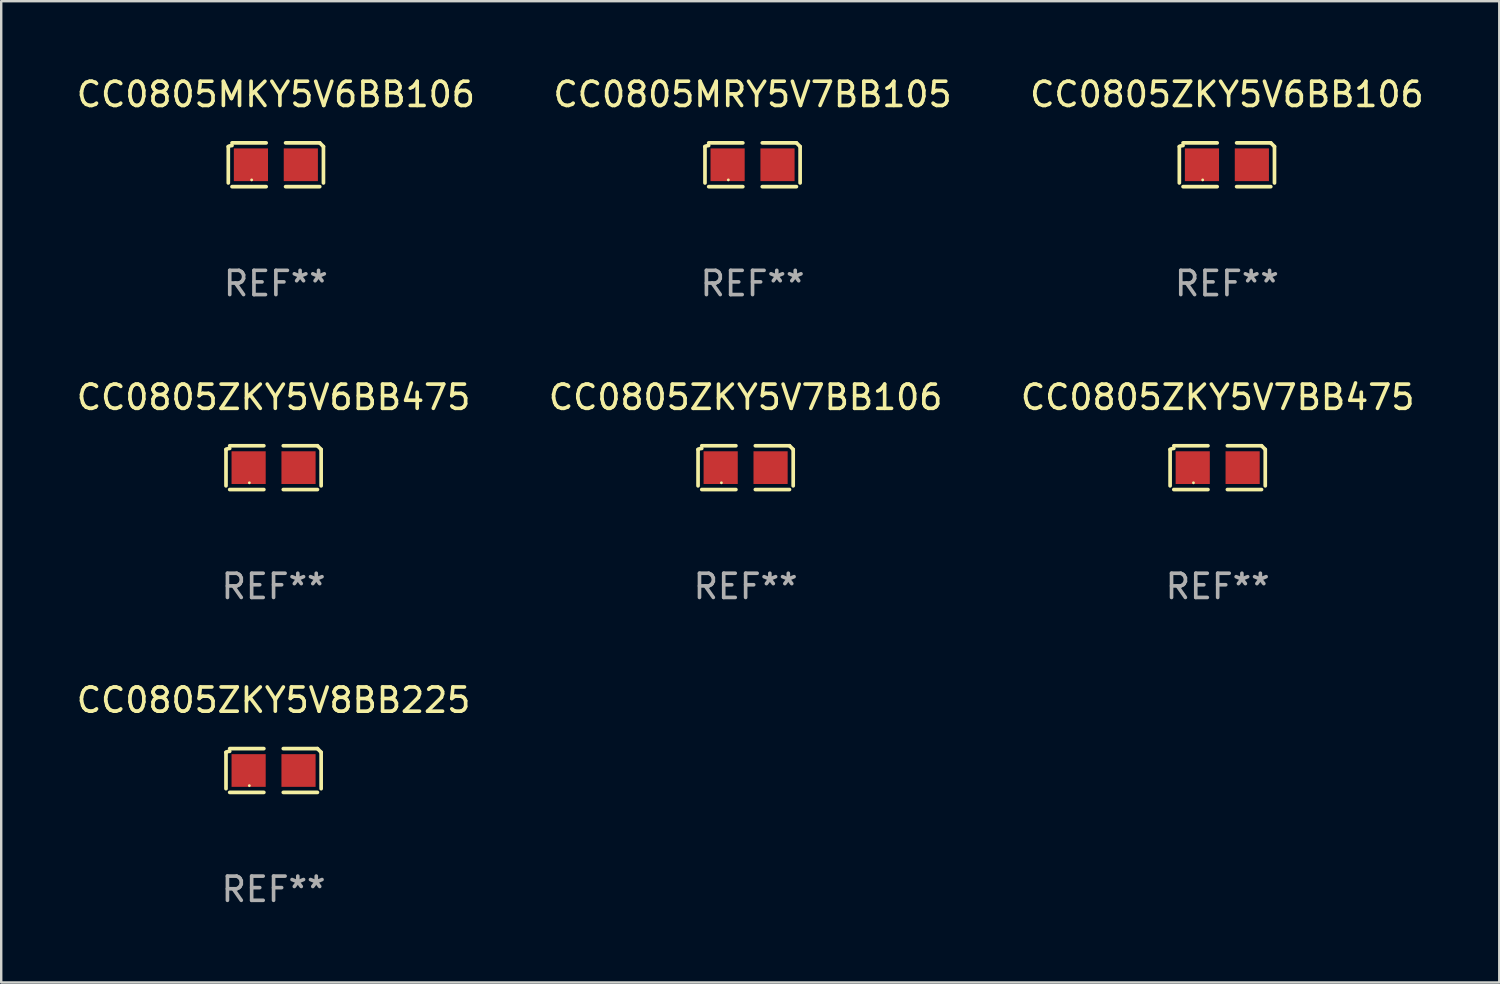
<source format=kicad_pcb>
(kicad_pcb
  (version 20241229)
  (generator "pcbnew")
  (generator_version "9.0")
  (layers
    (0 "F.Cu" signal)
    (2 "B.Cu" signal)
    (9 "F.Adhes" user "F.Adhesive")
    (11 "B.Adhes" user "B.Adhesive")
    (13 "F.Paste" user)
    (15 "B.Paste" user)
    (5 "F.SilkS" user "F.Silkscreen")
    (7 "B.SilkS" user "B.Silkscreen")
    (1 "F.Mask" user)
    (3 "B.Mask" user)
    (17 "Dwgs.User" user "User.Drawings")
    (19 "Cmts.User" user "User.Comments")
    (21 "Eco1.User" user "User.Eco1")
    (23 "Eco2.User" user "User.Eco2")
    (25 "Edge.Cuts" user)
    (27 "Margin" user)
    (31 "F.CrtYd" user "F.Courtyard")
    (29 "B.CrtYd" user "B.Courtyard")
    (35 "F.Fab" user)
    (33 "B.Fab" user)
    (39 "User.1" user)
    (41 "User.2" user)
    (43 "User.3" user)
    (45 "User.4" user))
  (footprint "CC0805ZKY5V7BB475"
    (layer "F.Cu")
    (at 47.22 16.256)
    (property "Reference" "CC0805ZKY5V7BB475" (at 0 -2.904 0) (layer "F.SilkS") (effects (font (size 1 1) (thickness 0.15))))
    (attr through_hole)
    (fp_line (start -1.964 0.751) (end -1.964 -0.751) (stroke (width 0.152) (type solid)) (layer "F.SilkS"))
    (fp_line (start -1.811 -0.904) (end -0.401 -0.904) (stroke (width 0.152) (type solid)) (layer "F.SilkS"))
    (fp_line (start -0.401 0.904) (end -1.811 0.904) (stroke (width 0.152) (type solid)) (layer "F.SilkS"))
    (fp_line (start 0.401 0.904) (end 1.811 0.904) (stroke (width 0.152) (type solid)) (layer "F.SilkS"))
    (fp_line (start 1.811 -0.904) (end 0.401 -0.904) (stroke (width 0.152) (type solid)) (layer "F.SilkS"))
    (fp_line (start 1.964 0.751) (end 1.964 -0.751) (stroke (width 0.152) (type solid)) (layer "F.SilkS"))
    (fp_arc (start -1.963602 -0.751207) (mid -1.890354 -0.783131) (end -1.811201 -0.794044) (stroke (width 0.1524) (type solid)) (layer "F.SilkS"))
    (fp_arc (start 1.811202 -0.903607) (mid 1.887413 -0.827418) (end 1.963602 -0.751207) (stroke (width 0.1524) (type solid)) (layer "F.SilkS"))
    (fp_circle (center -1 0.625) (end -0.97 0.625) (stroke (width 0.06) (type solid)) (fill no) (layer "F.SilkS"))
    (fp_text user "REF**" (at 0 4.904 0) (layer "F.Fab") (effects (font (size 1 1) (thickness 0.15))))
    (pad "1" smd rect (at -1.03 0) (size 1.41 1.35) (layers "F.Cu" "F.Mask" "F.Paste"))
    (pad "2" smd rect (at 1.03 0) (size 1.41 1.35) (layers "F.Cu" "F.Mask" "F.Paste")))
  (footprint "CC0805ZKY5V6BB475"
    (layer "F.Cu")
    (at 8.244 16.256)
    (property "Reference" "CC0805ZKY5V6BB475" (at 0 -2.904 0) (layer "F.SilkS") (effects (font (size 1 1) (thickness 0.15))))
    (attr through_hole)
    (fp_line (start -1.964 0.751) (end -1.964 -0.751) (stroke (width 0.152) (type solid)) (layer "F.SilkS"))
    (fp_line (start -1.811 -0.904) (end -0.401 -0.904) (stroke (width 0.152) (type solid)) (layer "F.SilkS"))
    (fp_line (start -0.401 0.904) (end -1.811 0.904) (stroke (width 0.152) (type solid)) (layer "F.SilkS"))
    (fp_line (start 0.401 0.904) (end 1.811 0.904) (stroke (width 0.152) (type solid)) (layer "F.SilkS"))
    (fp_line (start 1.811 -0.904) (end 0.401 -0.904) (stroke (width 0.152) (type solid)) (layer "F.SilkS"))
    (fp_line (start 1.964 0.751) (end 1.964 -0.751) (stroke (width 0.152) (type solid)) (layer "F.SilkS"))
    (fp_arc (start -1.963602 -0.751207) (mid -1.890354 -0.783131) (end -1.811201 -0.794044) (stroke (width 0.1524) (type solid)) (layer "F.SilkS"))
    (fp_arc (start 1.811202 -0.903607) (mid 1.887413 -0.827418) (end 1.963602 -0.751207) (stroke (width 0.1524) (type solid)) (layer "F.SilkS"))
    (fp_circle (center -1 0.625) (end -0.97 0.625) (stroke (width 0.06) (type solid)) (fill no) (layer "F.SilkS"))
    (fp_text user "REF**" (at 0 4.904 0) (layer "F.Fab") (effects (font (size 1 1) (thickness 0.15))))
    (pad "1" smd rect (at -1.03 0) (size 1.41 1.35) (layers "F.Cu" "F.Mask" "F.Paste"))
    (pad "2" smd rect (at 1.03 0) (size 1.41 1.35) (layers "F.Cu" "F.Mask" "F.Paste")))
  (footprint "CC0805MKY5V6BB106"
    (layer "F.Cu")
    (at 8.339 3.752)
    (property "Reference" "CC0805MKY5V6BB106" (at 0 -2.904 0) (layer "F.SilkS") (effects (font (size 1 1) (thickness 0.15))))
    (attr through_hole)
    (fp_line (start -1.964 0.751) (end -1.964 -0.751) (stroke (width 0.152) (type solid)) (layer "F.SilkS"))
    (fp_line (start -1.811 -0.904) (end -0.401 -0.904) (stroke (width 0.152) (type solid)) (layer "F.SilkS"))
    (fp_line (start -0.401 0.904) (end -1.811 0.904) (stroke (width 0.152) (type solid)) (layer "F.SilkS"))
    (fp_line (start 0.401 0.904) (end 1.811 0.904) (stroke (width 0.152) (type solid)) (layer "F.SilkS"))
    (fp_line (start 1.811 -0.904) (end 0.401 -0.904) (stroke (width 0.152) (type solid)) (layer "F.SilkS"))
    (fp_line (start 1.964 0.751) (end 1.964 -0.751) (stroke (width 0.152) (type solid)) (layer "F.SilkS"))
    (fp_arc (start -1.963602 -0.751207) (mid -1.890354 -0.783131) (end -1.811201 -0.794044) (stroke (width 0.1524) (type solid)) (layer "F.SilkS"))
    (fp_arc (start 1.811202 -0.903607) (mid 1.887413 -0.827418) (end 1.963602 -0.751207) (stroke (width 0.1524) (type solid)) (layer "F.SilkS"))
    (fp_circle (center -1 0.625) (end -0.97 0.625) (stroke (width 0.06) (type solid)) (fill no) (layer "F.SilkS"))
    (fp_text user "REF**" (at 0 4.904 0) (layer "F.Fab") (effects (font (size 1 1) (thickness 0.15))))
    (pad "1" smd rect (at -1.03 0) (size 1.41 1.35) (layers "F.Cu" "F.Mask" "F.Paste"))
    (pad "2" smd rect (at 1.03 0) (size 1.41 1.35) (layers "F.Cu" "F.Mask" "F.Paste")))
  (footprint "CC0805MRY5V7BB105"
    (layer "F.Cu")
    (at 28.018 3.752)
    (property "Reference" "CC0805MRY5V7BB105" (at 0 -2.904 0) (layer "F.SilkS") (effects (font (size 1 1) (thickness 0.15))))
    (attr through_hole)
    (fp_line (start -1.964 0.751) (end -1.964 -0.751) (stroke (width 0.152) (type solid)) (layer "F.SilkS"))
    (fp_line (start -1.811 -0.904) (end -0.401 -0.904) (stroke (width 0.152) (type solid)) (layer "F.SilkS"))
    (fp_line (start -0.401 0.904) (end -1.811 0.904) (stroke (width 0.152) (type solid)) (layer "F.SilkS"))
    (fp_line (start 0.401 0.904) (end 1.811 0.904) (stroke (width 0.152) (type solid)) (layer "F.SilkS"))
    (fp_line (start 1.811 -0.904) (end 0.401 -0.904) (stroke (width 0.152) (type solid)) (layer "F.SilkS"))
    (fp_line (start 1.964 0.751) (end 1.964 -0.751) (stroke (width 0.152) (type solid)) (layer "F.SilkS"))
    (fp_arc (start -1.963602 -0.751207) (mid -1.890354 -0.783131) (end -1.811201 -0.794044) (stroke (width 0.1524) (type solid)) (layer "F.SilkS"))
    (fp_arc (start 1.811202 -0.903607) (mid 1.887413 -0.827418) (end 1.963602 -0.751207) (stroke (width 0.1524) (type solid)) (layer "F.SilkS"))
    (fp_circle (center -1 0.625) (end -0.97 0.625) (stroke (width 0.06) (type solid)) (fill no) (layer "F.SilkS"))
    (fp_text user "REF**" (at 0 4.904 0) (layer "F.Fab") (effects (font (size 1 1) (thickness 0.15))))
    (pad "1" smd rect (at -1.03 0) (size 1.41 1.35) (layers "F.Cu" "F.Mask" "F.Paste"))
    (pad "2" smd rect (at 1.03 0) (size 1.41 1.35) (layers "F.Cu" "F.Mask" "F.Paste")))
  (footprint "CC0805ZKY5V8BB225"
    (layer "F.Cu")
    (at 8.244 28.759)
    (property "Reference" "CC0805ZKY5V8BB225" (at 0 -2.904 0) (layer "F.SilkS") (effects (font (size 1 1) (thickness 0.15))))
    (attr through_hole)
    (fp_line (start -1.964 0.751) (end -1.964 -0.751) (stroke (width 0.152) (type solid)) (layer "F.SilkS"))
    (fp_line (start -1.811 -0.904) (end -0.401 -0.904) (stroke (width 0.152) (type solid)) (layer "F.SilkS"))
    (fp_line (start -0.401 0.904) (end -1.811 0.904) (stroke (width 0.152) (type solid)) (layer "F.SilkS"))
    (fp_line (start 0.401 0.904) (end 1.811 0.904) (stroke (width 0.152) (type solid)) (layer "F.SilkS"))
    (fp_line (start 1.811 -0.904) (end 0.401 -0.904) (stroke (width 0.152) (type solid)) (layer "F.SilkS"))
    (fp_line (start 1.964 0.751) (end 1.964 -0.751) (stroke (width 0.152) (type solid)) (layer "F.SilkS"))
    (fp_arc (start -1.963602 -0.751207) (mid -1.890354 -0.783131) (end -1.811201 -0.794044) (stroke (width 0.1524) (type solid)) (layer "F.SilkS"))
    (fp_arc (start 1.811202 -0.903607) (mid 1.887413 -0.827418) (end 1.963602 -0.751207) (stroke (width 0.1524) (type solid)) (layer "F.SilkS"))
    (fp_circle (center -1 0.625) (end -0.97 0.625) (stroke (width 0.06) (type solid)) (fill no) (layer "F.SilkS"))
    (fp_text user "REF**" (at 0 4.904 0) (layer "F.Fab") (effects (font (size 1 1) (thickness 0.15))))
    (pad "1" smd rect (at -1.03 0) (size 1.41 1.35) (layers "F.Cu" "F.Mask" "F.Paste"))
    (pad "2" smd rect (at 1.03 0) (size 1.41 1.35) (layers "F.Cu" "F.Mask" "F.Paste")))
  (footprint "CC0805ZKY5V7BB106"
    (layer "F.Cu")
    (at 27.732 16.256)
    (property "Reference" "CC0805ZKY5V7BB106" (at 0 -2.904 0) (layer "F.SilkS") (effects (font (size 1 1) (thickness 0.15))))
    (attr through_hole)
    (fp_line (start -1.964 0.751) (end -1.964 -0.751) (stroke (width 0.152) (type solid)) (layer "F.SilkS"))
    (fp_line (start -1.811 -0.904) (end -0.401 -0.904) (stroke (width 0.152) (type solid)) (layer "F.SilkS"))
    (fp_line (start -0.401 0.904) (end -1.811 0.904) (stroke (width 0.152) (type solid)) (layer "F.SilkS"))
    (fp_line (start 0.401 0.904) (end 1.811 0.904) (stroke (width 0.152) (type solid)) (layer "F.SilkS"))
    (fp_line (start 1.811 -0.904) (end 0.401 -0.904) (stroke (width 0.152) (type solid)) (layer "F.SilkS"))
    (fp_line (start 1.964 0.751) (end 1.964 -0.751) (stroke (width 0.152) (type solid)) (layer "F.SilkS"))
    (fp_arc (start -1.963602 -0.751207) (mid -1.890354 -0.783131) (end -1.811201 -0.794044) (stroke (width 0.1524) (type solid)) (layer "F.SilkS"))
    (fp_arc (start 1.811202 -0.903607) (mid 1.887413 -0.827418) (end 1.963602 -0.751207) (stroke (width 0.1524) (type solid)) (layer "F.SilkS"))
    (fp_circle (center -1 0.625) (end -0.97 0.625) (stroke (width 0.06) (type solid)) (fill no) (layer "F.SilkS"))
    (fp_text user "REF**" (at 0 4.904 0) (layer "F.Fab") (effects (font (size 1 1) (thickness 0.15))))
    (pad "1" smd rect (at -1.03 0) (size 1.41 1.35) (layers "F.Cu" "F.Mask" "F.Paste"))
    (pad "2" smd rect (at 1.03 0) (size 1.41 1.35) (layers "F.Cu" "F.Mask" "F.Paste")))
  (footprint "CC0805ZKY5V6BB106"
    (layer "F.Cu")
    (at 47.601 3.752)
    (property "Reference" "CC0805ZKY5V6BB106" (at 0 -2.904 0) (layer "F.SilkS") (effects (font (size 1 1) (thickness 0.15))))
    (attr through_hole)
    (fp_line (start -1.964 0.751) (end -1.964 -0.751) (stroke (width 0.152) (type solid)) (layer "F.SilkS"))
    (fp_line (start -1.811 -0.904) (end -0.401 -0.904) (stroke (width 0.152) (type solid)) (layer "F.SilkS"))
    (fp_line (start -0.401 0.904) (end -1.811 0.904) (stroke (width 0.152) (type solid)) (layer "F.SilkS"))
    (fp_line (start 0.401 0.904) (end 1.811 0.904) (stroke (width 0.152) (type solid)) (layer "F.SilkS"))
    (fp_line (start 1.811 -0.904) (end 0.401 -0.904) (stroke (width 0.152) (type solid)) (layer "F.SilkS"))
    (fp_line (start 1.964 0.751) (end 1.964 -0.751) (stroke (width 0.152) (type solid)) (layer "F.SilkS"))
    (fp_arc (start -1.963602 -0.751207) (mid -1.890354 -0.783131) (end -1.811201 -0.794044) (stroke (width 0.1524) (type solid)) (layer "F.SilkS"))
    (fp_arc (start 1.811202 -0.903607) (mid 1.887413 -0.827418) (end 1.963602 -0.751207) (stroke (width 0.1524) (type solid)) (layer "F.SilkS"))
    (fp_circle (center -1 0.625) (end -0.97 0.625) (stroke (width 0.06) (type solid)) (fill no) (layer "F.SilkS"))
    (fp_text user "REF**" (at 0 4.904 0) (layer "F.Fab") (effects (font (size 1 1) (thickness 0.15))))
    (pad "1" smd rect (at -1.03 0) (size 1.41 1.35) (layers "F.Cu" "F.Mask" "F.Paste"))
    (pad "2" smd rect (at 1.03 0) (size 1.41 1.35) (layers "F.Cu" "F.Mask" "F.Paste")))
  (gr_rect
    (start -3 -3)
    (end 58.845 37.511)
    (stroke (width 0.1) (type default))
    (fill no)
    (layer "Edge.Cuts")))
</source>
